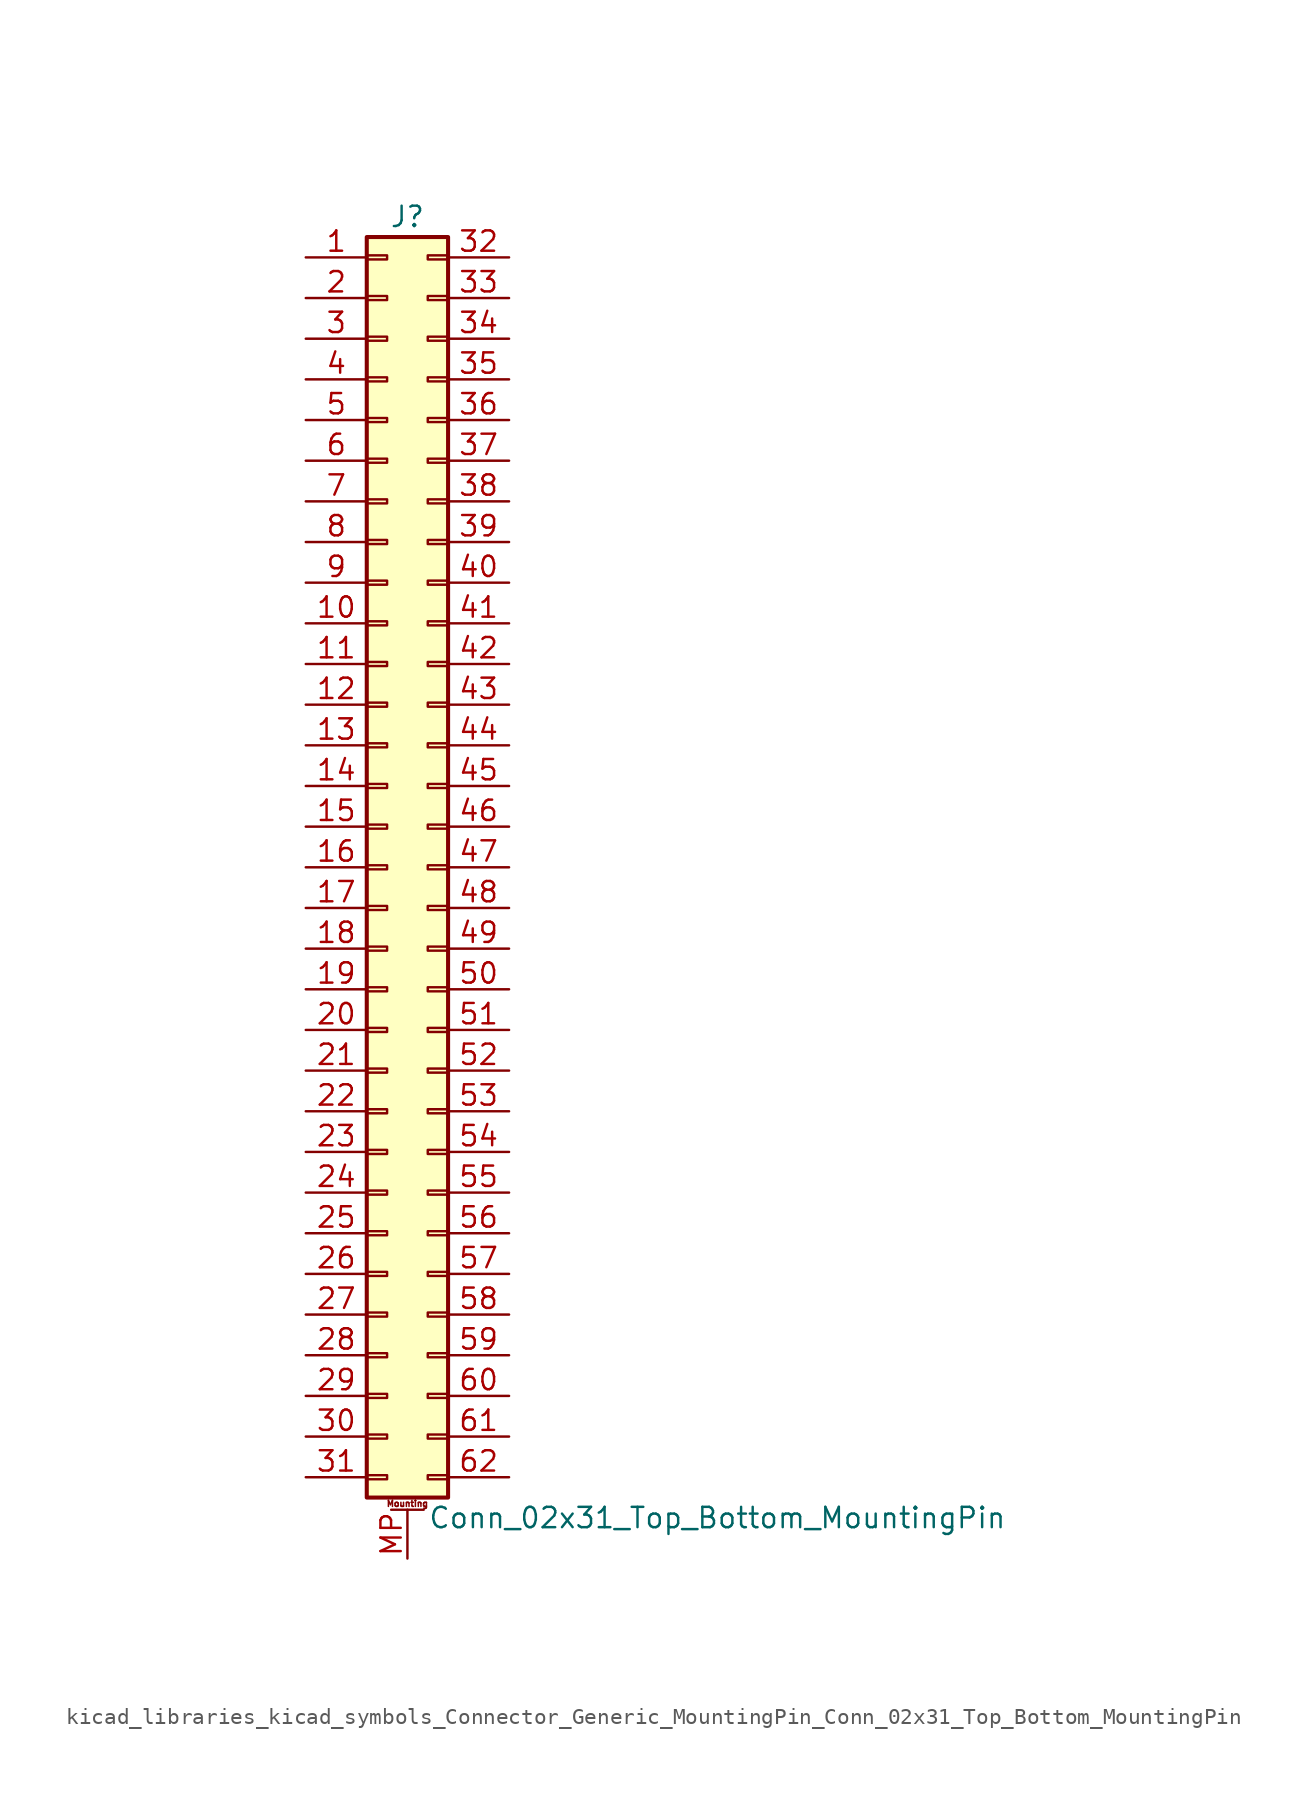
<source format=kicad_sym>
(kicad_symbol_lib
  (version 20220914)
  (generator kicad_symbol_editor)
  (symbol "kicad_libraries_kicad_symbols_Connector_Generic_MountingPin_Conn_02x31_Top_Bottom_MountingPin"
    (pin_names
      (offset 1.016) hide)
    (property "Reference" "J"
      (at 1.27 40.64 0)
      (effects (font (size 1.27 1.27))))
    (property "Value" "Conn_02x31_Top_Bottom_MountingPin"
      (at 2.54 -40.64 0)
      (effects (font (size 1.27 1.27)) (justify left)))
    (symbol "kicad_libraries_kicad_symbols_Connector_Generic_MountingPin_Conn_02x31_Top_Bottom_MountingPin_1_1"
      (rectangle (start -1.27 -37.973) (end 0 -38.227) (stroke (width 0.152) (type default)) (fill (type none)))
      (rectangle (start -1.27 -35.433) (end 0 -35.687) (stroke (width 0.152) (type default)) (fill (type none)))
      (rectangle (start -1.27 -32.893) (end 0 -33.147) (stroke (width 0.152) (type default)) (fill (type none)))
      (rectangle (start -1.27 -30.353) (end 0 -30.607) (stroke (width 0.152) (type default)) (fill (type none)))
      (rectangle (start -1.27 -27.813) (end 0 -28.067) (stroke (width 0.152) (type default)) (fill (type none)))
      (rectangle (start -1.27 -25.273) (end 0 -25.527) (stroke (width 0.152) (type default)) (fill (type none)))
      (rectangle (start -1.27 -22.733) (end 0 -22.987) (stroke (width 0.152) (type default)) (fill (type none)))
      (rectangle (start -1.27 -20.193) (end 0 -20.447) (stroke (width 0.152) (type default)) (fill (type none)))
      (rectangle (start -1.27 -17.653) (end 0 -17.907) (stroke (width 0.152) (type default)) (fill (type none)))
      (rectangle (start -1.27 -15.113) (end 0 -15.367) (stroke (width 0.152) (type default)) (fill (type none)))
      (rectangle (start -1.27 -12.573) (end 0 -12.827) (stroke (width 0.152) (type default)) (fill (type none)))
      (rectangle (start -1.27 -10.033) (end 0 -10.287) (stroke (width 0.152) (type default)) (fill (type none)))
      (rectangle (start -1.27 -7.493) (end 0 -7.747) (stroke (width 0.152) (type default)) (fill (type none)))
      (rectangle (start -1.27 -4.953) (end 0 -5.207) (stroke (width 0.152) (type default)) (fill (type none)))
      (rectangle (start -1.27 -2.413) (end 0 -2.667) (stroke (width 0.152) (type default)) (fill (type none)))
      (rectangle (start -1.27 0.127) (end 0 -0.127) (stroke (width 0.152) (type default)) (fill (type none)))
      (rectangle (start -1.27 2.667) (end 0 2.413) (stroke (width 0.152) (type default)) (fill (type none)))
      (rectangle (start -1.27 5.207) (end 0 4.953) (stroke (width 0.152) (type default)) (fill (type none)))
      (rectangle (start -1.27 7.747) (end 0 7.493) (stroke (width 0.152) (type default)) (fill (type none)))
      (rectangle (start -1.27 10.287) (end 0 10.033) (stroke (width 0.152) (type default)) (fill (type none)))
      (rectangle (start -1.27 12.827) (end 0 12.573) (stroke (width 0.152) (type default)) (fill (type none)))
      (rectangle (start -1.27 15.367) (end 0 15.113) (stroke (width 0.152) (type default)) (fill (type none)))
      (rectangle (start -1.27 17.907) (end 0 17.653) (stroke (width 0.152) (type default)) (fill (type none)))
      (rectangle (start -1.27 20.447) (end 0 20.193) (stroke (width 0.152) (type default)) (fill (type none)))
      (rectangle (start -1.27 22.987) (end 0 22.733) (stroke (width 0.152) (type default)) (fill (type none)))
      (rectangle (start -1.27 25.527) (end 0 25.273) (stroke (width 0.152) (type default)) (fill (type none)))
      (rectangle (start -1.27 28.067) (end 0 27.813) (stroke (width 0.152) (type default)) (fill (type none)))
      (rectangle (start -1.27 30.607) (end 0 30.353) (stroke (width 0.152) (type default)) (fill (type none)))
      (rectangle (start -1.27 33.147) (end 0 32.893) (stroke (width 0.152) (type default)) (fill (type none)))
      (rectangle (start -1.27 35.687) (end 0 35.433) (stroke (width 0.152) (type default)) (fill (type none)))
      (rectangle (start -1.27 38.227) (end 0 37.973) (stroke (width 0.152) (type default)) (fill (type none)))
      (rectangle (start -1.27 39.37) (end 3.81 -39.37) (stroke (width 0.254) (type default)) (fill (type background)))
      (polyline (pts (xy 0.254 -40.132) (xy 2.286 -40.132)) (stroke (width 0.152) (type default)) (fill (type none)))
      (rectangle (start 3.81 -37.973) (end 2.54 -38.227) (stroke (width 0.152) (type default)) (fill (type none)))
      (rectangle (start 3.81 -35.433) (end 2.54 -35.687) (stroke (width 0.152) (type default)) (fill (type none)))
      (rectangle (start 3.81 -32.893) (end 2.54 -33.147) (stroke (width 0.152) (type default)) (fill (type none)))
      (rectangle (start 3.81 -30.353) (end 2.54 -30.607) (stroke (width 0.152) (type default)) (fill (type none)))
      (rectangle (start 3.81 -27.813) (end 2.54 -28.067) (stroke (width 0.152) (type default)) (fill (type none)))
      (rectangle (start 3.81 -25.273) (end 2.54 -25.527) (stroke (width 0.152) (type default)) (fill (type none)))
      (rectangle (start 3.81 -22.733) (end 2.54 -22.987) (stroke (width 0.152) (type default)) (fill (type none)))
      (rectangle (start 3.81 -20.193) (end 2.54 -20.447) (stroke (width 0.152) (type default)) (fill (type none)))
      (rectangle (start 3.81 -17.653) (end 2.54 -17.907) (stroke (width 0.152) (type default)) (fill (type none)))
      (rectangle (start 3.81 -15.113) (end 2.54 -15.367) (stroke (width 0.152) (type default)) (fill (type none)))
      (rectangle (start 3.81 -12.573) (end 2.54 -12.827) (stroke (width 0.152) (type default)) (fill (type none)))
      (rectangle (start 3.81 -10.033) (end 2.54 -10.287) (stroke (width 0.152) (type default)) (fill (type none)))
      (rectangle (start 3.81 -7.493) (end 2.54 -7.747) (stroke (width 0.152) (type default)) (fill (type none)))
      (rectangle (start 3.81 -4.953) (end 2.54 -5.207) (stroke (width 0.152) (type default)) (fill (type none)))
      (rectangle (start 3.81 -2.413) (end 2.54 -2.667) (stroke (width 0.152) (type default)) (fill (type none)))
      (rectangle (start 3.81 0.127) (end 2.54 -0.127) (stroke (width 0.152) (type default)) (fill (type none)))
      (rectangle (start 3.81 2.667) (end 2.54 2.413) (stroke (width 0.152) (type default)) (fill (type none)))
      (rectangle (start 3.81 5.207) (end 2.54 4.953) (stroke (width 0.152) (type default)) (fill (type none)))
      (rectangle (start 3.81 7.747) (end 2.54 7.493) (stroke (width 0.152) (type default)) (fill (type none)))
      (rectangle (start 3.81 10.287) (end 2.54 10.033) (stroke (width 0.152) (type default)) (fill (type none)))
      (rectangle (start 3.81 12.827) (end 2.54 12.573) (stroke (width 0.152) (type default)) (fill (type none)))
      (rectangle (start 3.81 15.367) (end 2.54 15.113) (stroke (width 0.152) (type default)) (fill (type none)))
      (rectangle (start 3.81 17.907) (end 2.54 17.653) (stroke (width 0.152) (type default)) (fill (type none)))
      (rectangle (start 3.81 20.447) (end 2.54 20.193) (stroke (width 0.152) (type default)) (fill (type none)))
      (rectangle (start 3.81 22.987) (end 2.54 22.733) (stroke (width 0.152) (type default)) (fill (type none)))
      (rectangle (start 3.81 25.527) (end 2.54 25.273) (stroke (width 0.152) (type default)) (fill (type none)))
      (rectangle (start 3.81 28.067) (end 2.54 27.813) (stroke (width 0.152) (type default)) (fill (type none)))
      (rectangle (start 3.81 30.607) (end 2.54 30.353) (stroke (width 0.152) (type default)) (fill (type none)))
      (rectangle (start 3.81 33.147) (end 2.54 32.893) (stroke (width 0.152) (type default)) (fill (type none)))
      (rectangle (start 3.81 35.687) (end 2.54 35.433) (stroke (width 0.152) (type default)) (fill (type none)))
      (rectangle (start 3.81 38.227) (end 2.54 37.973) (stroke (width 0.152) (type default)) (fill (type none)))
      (text "Mounting" (at 1.27 -39.751 0) (effects (font (size 0.381 0.381))))
      (pin passive line (at -5.08 38.1 0) (length 3.81) (name "Pin_1" (effects (font (size 1.27 1.27)))) (number "1" (effects (font (size 1.27 1.27)))))
      (pin passive line (at -5.08 15.24 0) (length 3.81) (name "Pin_10" (effects (font (size 1.27 1.27)))) (number "10" (effects (font (size 1.27 1.27)))))
      (pin passive line (at -5.08 12.7 0) (length 3.81) (name "Pin_11" (effects (font (size 1.27 1.27)))) (number "11" (effects (font (size 1.27 1.27)))))
      (pin passive line (at -5.08 10.16 0) (length 3.81) (name "Pin_12" (effects (font (size 1.27 1.27)))) (number "12" (effects (font (size 1.27 1.27)))))
      (pin passive line (at -5.08 7.62 0) (length 3.81) (name "Pin_13" (effects (font (size 1.27 1.27)))) (number "13" (effects (font (size 1.27 1.27)))))
      (pin passive line (at -5.08 5.08 0) (length 3.81) (name "Pin_14" (effects (font (size 1.27 1.27)))) (number "14" (effects (font (size 1.27 1.27)))))
      (pin passive line (at -5.08 2.54 0) (length 3.81) (name "Pin_15" (effects (font (size 1.27 1.27)))) (number "15" (effects (font (size 1.27 1.27)))))
      (pin passive line (at -5.08 0 0) (length 3.81) (name "Pin_16" (effects (font (size 1.27 1.27)))) (number "16" (effects (font (size 1.27 1.27)))))
      (pin passive line (at -5.08 -2.54 0) (length 3.81) (name "Pin_17" (effects (font (size 1.27 1.27)))) (number "17" (effects (font (size 1.27 1.27)))))
      (pin passive line (at -5.08 -5.08 0) (length 3.81) (name "Pin_18" (effects (font (size 1.27 1.27)))) (number "18" (effects (font (size 1.27 1.27)))))
      (pin passive line (at -5.08 -7.62 0) (length 3.81) (name "Pin_19" (effects (font (size 1.27 1.27)))) (number "19" (effects (font (size 1.27 1.27)))))
      (pin passive line (at -5.08 35.56 0) (length 3.81) (name "Pin_2" (effects (font (size 1.27 1.27)))) (number "2" (effects (font (size 1.27 1.27)))))
      (pin passive line (at -5.08 -10.16 0) (length 3.81) (name "Pin_20" (effects (font (size 1.27 1.27)))) (number "20" (effects (font (size 1.27 1.27)))))
      (pin passive line (at -5.08 -12.7 0) (length 3.81) (name "Pin_21" (effects (font (size 1.27 1.27)))) (number "21" (effects (font (size 1.27 1.27)))))
      (pin passive line (at -5.08 -15.24 0) (length 3.81) (name "Pin_22" (effects (font (size 1.27 1.27)))) (number "22" (effects (font (size 1.27 1.27)))))
      (pin passive line (at -5.08 -17.78 0) (length 3.81) (name "Pin_23" (effects (font (size 1.27 1.27)))) (number "23" (effects (font (size 1.27 1.27)))))
      (pin passive line (at -5.08 -20.32 0) (length 3.81) (name "Pin_24" (effects (font (size 1.27 1.27)))) (number "24" (effects (font (size 1.27 1.27)))))
      (pin passive line (at -5.08 -22.86 0) (length 3.81) (name "Pin_25" (effects (font (size 1.27 1.27)))) (number "25" (effects (font (size 1.27 1.27)))))
      (pin passive line (at -5.08 -25.4 0) (length 3.81) (name "Pin_26" (effects (font (size 1.27 1.27)))) (number "26" (effects (font (size 1.27 1.27)))))
      (pin passive line (at -5.08 -27.94 0) (length 3.81) (name "Pin_27" (effects (font (size 1.27 1.27)))) (number "27" (effects (font (size 1.27 1.27)))))
      (pin passive line (at -5.08 -30.48 0) (length 3.81) (name "Pin_28" (effects (font (size 1.27 1.27)))) (number "28" (effects (font (size 1.27 1.27)))))
      (pin passive line (at -5.08 -33.02 0) (length 3.81) (name "Pin_29" (effects (font (size 1.27 1.27)))) (number "29" (effects (font (size 1.27 1.27)))))
      (pin passive line (at -5.08 33.02 0) (length 3.81) (name "Pin_3" (effects (font (size 1.27 1.27)))) (number "3" (effects (font (size 1.27 1.27)))))
      (pin passive line (at -5.08 -35.56 0) (length 3.81) (name "Pin_30" (effects (font (size 1.27 1.27)))) (number "30" (effects (font (size 1.27 1.27)))))
      (pin passive line (at -5.08 -38.1 0) (length 3.81) (name "Pin_31" (effects (font (size 1.27 1.27)))) (number "31" (effects (font (size 1.27 1.27)))))
      (pin passive line (at 7.62 38.1 180) (length 3.81) (name "Pin_32" (effects (font (size 1.27 1.27)))) (number "32" (effects (font (size 1.27 1.27)))))
      (pin passive line (at 7.62 35.56 180) (length 3.81) (name "Pin_33" (effects (font (size 1.27 1.27)))) (number "33" (effects (font (size 1.27 1.27)))))
      (pin passive line (at 7.62 33.02 180) (length 3.81) (name "Pin_34" (effects (font (size 1.27 1.27)))) (number "34" (effects (font (size 1.27 1.27)))))
      (pin passive line (at 7.62 30.48 180) (length 3.81) (name "Pin_35" (effects (font (size 1.27 1.27)))) (number "35" (effects (font (size 1.27 1.27)))))
      (pin passive line (at 7.62 27.94 180) (length 3.81) (name "Pin_36" (effects (font (size 1.27 1.27)))) (number "36" (effects (font (size 1.27 1.27)))))
      (pin passive line (at 7.62 25.4 180) (length 3.81) (name "Pin_37" (effects (font (size 1.27 1.27)))) (number "37" (effects (font (size 1.27 1.27)))))
      (pin passive line (at 7.62 22.86 180) (length 3.81) (name "Pin_38" (effects (font (size 1.27 1.27)))) (number "38" (effects (font (size 1.27 1.27)))))
      (pin passive line (at 7.62 20.32 180) (length 3.81) (name "Pin_39" (effects (font (size 1.27 1.27)))) (number "39" (effects (font (size 1.27 1.27)))))
      (pin passive line (at -5.08 30.48 0) (length 3.81) (name "Pin_4" (effects (font (size 1.27 1.27)))) (number "4" (effects (font (size 1.27 1.27)))))
      (pin passive line (at 7.62 17.78 180) (length 3.81) (name "Pin_40" (effects (font (size 1.27 1.27)))) (number "40" (effects (font (size 1.27 1.27)))))
      (pin passive line (at 7.62 15.24 180) (length 3.81) (name "Pin_41" (effects (font (size 1.27 1.27)))) (number "41" (effects (font (size 1.27 1.27)))))
      (pin passive line (at 7.62 12.7 180) (length 3.81) (name "Pin_42" (effects (font (size 1.27 1.27)))) (number "42" (effects (font (size 1.27 1.27)))))
      (pin passive line (at 7.62 10.16 180) (length 3.81) (name "Pin_43" (effects (font (size 1.27 1.27)))) (number "43" (effects (font (size 1.27 1.27)))))
      (pin passive line (at 7.62 7.62 180) (length 3.81) (name "Pin_44" (effects (font (size 1.27 1.27)))) (number "44" (effects (font (size 1.27 1.27)))))
      (pin passive line (at 7.62 5.08 180) (length 3.81) (name "Pin_45" (effects (font (size 1.27 1.27)))) (number "45" (effects (font (size 1.27 1.27)))))
      (pin passive line (at 7.62 2.54 180) (length 3.81) (name "Pin_46" (effects (font (size 1.27 1.27)))) (number "46" (effects (font (size 1.27 1.27)))))
      (pin passive line (at 7.62 0 180) (length 3.81) (name "Pin_47" (effects (font (size 1.27 1.27)))) (number "47" (effects (font (size 1.27 1.27)))))
      (pin passive line (at 7.62 -2.54 180) (length 3.81) (name "Pin_48" (effects (font (size 1.27 1.27)))) (number "48" (effects (font (size 1.27 1.27)))))
      (pin passive line (at 7.62 -5.08 180) (length 3.81) (name "Pin_49" (effects (font (size 1.27 1.27)))) (number "49" (effects (font (size 1.27 1.27)))))
      (pin passive line (at -5.08 27.94 0) (length 3.81) (name "Pin_5" (effects (font (size 1.27 1.27)))) (number "5" (effects (font (size 1.27 1.27)))))
      (pin passive line (at 7.62 -7.62 180) (length 3.81) (name "Pin_50" (effects (font (size 1.27 1.27)))) (number "50" (effects (font (size 1.27 1.27)))))
      (pin passive line (at 7.62 -10.16 180) (length 3.81) (name "Pin_51" (effects (font (size 1.27 1.27)))) (number "51" (effects (font (size 1.27 1.27)))))
      (pin passive line (at 7.62 -12.7 180) (length 3.81) (name "Pin_52" (effects (font (size 1.27 1.27)))) (number "52" (effects (font (size 1.27 1.27)))))
      (pin passive line (at 7.62 -15.24 180) (length 3.81) (name "Pin_53" (effects (font (size 1.27 1.27)))) (number "53" (effects (font (size 1.27 1.27)))))
      (pin passive line (at 7.62 -17.78 180) (length 3.81) (name "Pin_54" (effects (font (size 1.27 1.27)))) (number "54" (effects (font (size 1.27 1.27)))))
      (pin passive line (at 7.62 -20.32 180) (length 3.81) (name "Pin_55" (effects (font (size 1.27 1.27)))) (number "55" (effects (font (size 1.27 1.27)))))
      (pin passive line (at 7.62 -22.86 180) (length 3.81) (name "Pin_56" (effects (font (size 1.27 1.27)))) (number "56" (effects (font (size 1.27 1.27)))))
      (pin passive line (at 7.62 -25.4 180) (length 3.81) (name "Pin_57" (effects (font (size 1.27 1.27)))) (number "57" (effects (font (size 1.27 1.27)))))
      (pin passive line (at 7.62 -27.94 180) (length 3.81) (name "Pin_58" (effects (font (size 1.27 1.27)))) (number "58" (effects (font (size 1.27 1.27)))))
      (pin passive line (at 7.62 -30.48 180) (length 3.81) (name "Pin_59" (effects (font (size 1.27 1.27)))) (number "59" (effects (font (size 1.27 1.27)))))
      (pin passive line (at -5.08 25.4 0) (length 3.81) (name "Pin_6" (effects (font (size 1.27 1.27)))) (number "6" (effects (font (size 1.27 1.27)))))
      (pin passive line (at 7.62 -33.02 180) (length 3.81) (name "Pin_60" (effects (font (size 1.27 1.27)))) (number "60" (effects (font (size 1.27 1.27)))))
      (pin passive line (at 7.62 -35.56 180) (length 3.81) (name "Pin_61" (effects (font (size 1.27 1.27)))) (number "61" (effects (font (size 1.27 1.27)))))
      (pin passive line (at 7.62 -38.1 180) (length 3.81) (name "Pin_62" (effects (font (size 1.27 1.27)))) (number "62" (effects (font (size 1.27 1.27)))))
      (pin passive line (at -5.08 22.86 0) (length 3.81) (name "Pin_7" (effects (font (size 1.27 1.27)))) (number "7" (effects (font (size 1.27 1.27)))))
      (pin passive line (at -5.08 20.32 0) (length 3.81) (name "Pin_8" (effects (font (size 1.27 1.27)))) (number "8" (effects (font (size 1.27 1.27)))))
      (pin passive line (at -5.08 17.78 0) (length 3.81) (name "Pin_9" (effects (font (size 1.27 1.27)))) (number "9" (effects (font (size 1.27 1.27)))))
      (pin passive line (at 1.27 -43.18 90) (length 3.048) (name "MountPin" (effects (font (size 1.27 1.27)))) (number "MP" (effects (font (size 1.27 1.27))))))))
</source>
